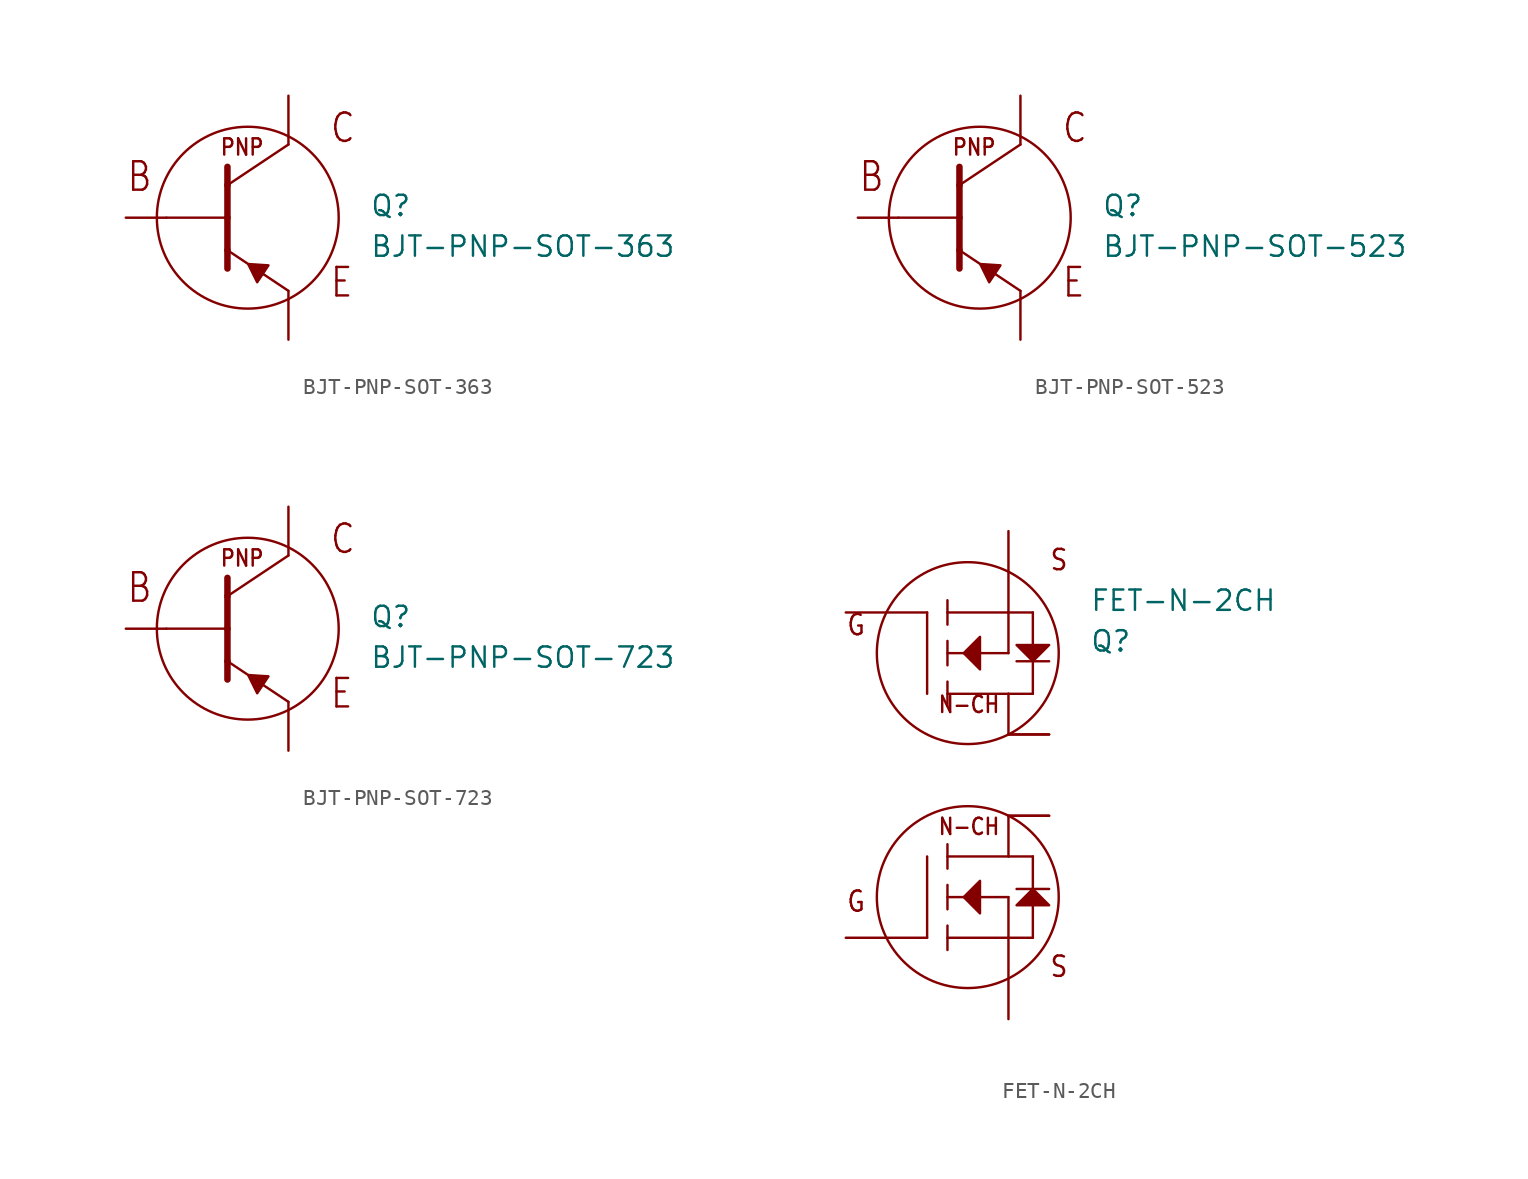
<source format=kicad_sym>
(kicad_symbol_lib
  (version 20211014)
  (generator kicad_symbol_editor)
  (symbol "BJT-PNP-SOT-363"
    (pin_numbers hide)
    (pin_names hide)
    (property "Reference" "Q"
      (at 7.62 0 0)
      (effects (font (size 1.27 1.27)) (justify left bottom)))
    (property "Value" "BJT-PNP-SOT-363"
      (at 7.62 -2.54 0)
      (effects (font (size 1.27 1.27)) (justify left bottom)))
    (property "Datasheet" ""
      (at 0 0 0))
    (property "ki_description" "BJT PNP  - SOT-363 "
      (at 0 0 0))
    (property "ki_fp_filters" "FlashPCB_Transistors:SOT-363 FlashPCB_Transistors:SOT-363_NOSILK"
      (at 0 0 0))
    (symbol "BJT-PNP-SOT-363_1_1"
      (text "PNP" (at -1.778 3.81 0) (effects (font (size 1.016 0.869)) (justify left bottom)))
      (text "C" (at 5.08 4.572 0) (effects (font (size 1.778 1.52)) (justify left bottom)))
      (text "E" (at 5.08 -5.08 0) (effects (font (size 1.778 1.52)) (justify left bottom)))
      (text "B" (at -7.62 1.524 0) (effects (font (size 1.778 1.52)) (justify left bottom)))
      (polyline (pts (xy 0.588 -4.034) (xy 1.292 -2.977) (xy 0.025 -2.895) (xy 0.588 -4.034)) (stroke (width 0.152) (type default)) (fill (type outline)))
      (polyline (pts (xy -1.27 3.175) (xy -1.27 2.032)) (stroke (width 0.406)) (fill (type none)))
      (polyline (pts (xy -1.27 2.032) (xy -1.27 0)) (stroke (width 0.406)) (fill (type none)))
      (polyline (pts (xy -1.27 0) (xy -1.27 -2.032)) (stroke (width 0.406)) (fill (type none)))
      (polyline (pts (xy -1.27 -2.032) (xy -1.27 -3.175)) (stroke (width 0.406)) (fill (type none)))
      (polyline (pts (xy 2.54 4.572) (xy -1.27 2.032)) (stroke (width 0.152)) (fill (type none)))
      (polyline (pts (xy -1.27 -2.032) (xy 2.54 -4.572)) (stroke (width 0.152)) (fill (type none)))
      (polyline (pts (xy 2.54 -4.572) (xy 2.54 -5.08)) (stroke (width 0.152)) (fill (type none)))
      (polyline (pts (xy 2.54 5.08) (xy 2.54 4.572)) (stroke (width 0.152)) (fill (type none)))
      (polyline (pts (xy -5.08 0) (xy -1.27 0)) (stroke (width 0.152)) (fill (type none)))
      (circle (center 0 0) (radius 5.68) (stroke (width 0.152) (type default)) (fill (type none)))
      (pin bidirectional line (at -7.62 0 0) (length 2.54) (name "B" (effects (font (size 0 0)))) (number "3" (effects (font (size 0 0)))))
      (pin bidirectional line (at 2.54 7.62 270) (length 2.54) (name "C" (effects (font (size 0 0)))) (number "1" (effects (font (size 0 0)))))
      (pin bidirectional line (at 2.54 7.62 270) (length 2.54) hide (name "C" (effects (font (size 0 0)))) (number "2" (effects (font (size 0 0)))))
      (pin bidirectional line (at 2.54 7.62 270) (length 2.54) hide (name "C" (effects (font (size 0 0)))) (number "5" (effects (font (size 0 0)))))
      (pin bidirectional line (at 2.54 7.62 270) (length 2.54) hide (name "C" (effects (font (size 0 0)))) (number "6" (effects (font (size 0 0)))))
      (pin bidirectional line (at 2.54 -7.62 90) (length 2.54) (name "E" (effects (font (size 0 0)))) (number "4" (effects (font (size 0 0)))))))
  (symbol "BJT-PNP-SOT-523"
    (pin_numbers hide)
    (pin_names hide)
    (property "Reference" "Q"
      (at 7.62 0 0)
      (effects (font (size 1.27 1.27)) (justify left bottom)))
    (property "Value" "BJT-PNP-SOT-523"
      (at 7.62 -2.54 0)
      (effects (font (size 1.27 1.27)) (justify left bottom)))
    (property "Datasheet" ""
      (at 0 0 0))
    (property "ki_description" "BJT NPN  - SOT 532 "
      (at 0 0 0))
    (property "ki_fp_filters" "FlashPCB_Transistors:SOT-523 FlashPCB_Transistors:SOT-523_NOSILK"
      (at 0 0 0))
    (symbol "BJT-PNP-SOT-523_1_1"
      (text "PNP" (at -1.778 3.81 0) (effects (font (size 1.016 0.869)) (justify left bottom)))
      (text "C" (at 5.08 4.572 0) (effects (font (size 1.778 1.52)) (justify left bottom)))
      (text "E" (at 5.08 -5.08 0) (effects (font (size 1.778 1.52)) (justify left bottom)))
      (text "B" (at -7.62 1.524 0) (effects (font (size 1.778 1.52)) (justify left bottom)))
      (polyline (pts (xy 0.588 -4.034) (xy 1.292 -2.977) (xy 0.025 -2.895) (xy 0.588 -4.034)) (stroke (width 0.152) (type default)) (fill (type outline)))
      (polyline (pts (xy -1.27 3.175) (xy -1.27 2.032)) (stroke (width 0.406)) (fill (type none)))
      (polyline (pts (xy -1.27 2.032) (xy -1.27 0)) (stroke (width 0.406)) (fill (type none)))
      (polyline (pts (xy -1.27 0) (xy -1.27 -2.032)) (stroke (width 0.406)) (fill (type none)))
      (polyline (pts (xy -1.27 -2.032) (xy -1.27 -3.175)) (stroke (width 0.406)) (fill (type none)))
      (polyline (pts (xy 2.54 4.572) (xy -1.27 2.032)) (stroke (width 0.152)) (fill (type none)))
      (polyline (pts (xy -1.27 -2.032) (xy 2.54 -4.572)) (stroke (width 0.152)) (fill (type none)))
      (polyline (pts (xy 2.54 -4.572) (xy 2.54 -5.08)) (stroke (width 0.152)) (fill (type none)))
      (polyline (pts (xy 2.54 5.08) (xy 2.54 4.572)) (stroke (width 0.152)) (fill (type none)))
      (polyline (pts (xy -5.08 0) (xy -1.27 0)) (stroke (width 0.152)) (fill (type none)))
      (circle (center 0 0) (radius 5.68) (stroke (width 0.152) (type default)) (fill (type none)))
      (pin bidirectional line (at -7.62 0 0) (length 2.54) (name "B" (effects (font (size 0 0)))) (number "1" (effects (font (size 0 0)))))
      (pin bidirectional line (at 2.54 7.62 270) (length 2.54) (name "C" (effects (font (size 0 0)))) (number "3" (effects (font (size 0 0)))))
      (pin bidirectional line (at 2.54 -7.62 90) (length 2.54) (name "E" (effects (font (size 0 0)))) (number "2" (effects (font (size 0 0)))))))
  (symbol "BJT-PNP-SOT-723"
    (pin_numbers hide)
    (pin_names hide)
    (property "Reference" "Q"
      (at 7.62 0 0)
      (effects (font (size 1.27 1.27)) (justify left bottom)))
    (property "Value" "BJT-PNP-SOT-723"
      (at 7.62 -2.54 0)
      (effects (font (size 1.27 1.27)) (justify left bottom)))
    (property "Datasheet" ""
      (at 0 0 0))
    (property "ki_description" "BJT PNP  - SOT 723 "
      (at 0 0 0))
    (property "ki_fp_filters" "FlashPCB_Transistors:SOT-723 FlashPCB_Transistors:SOT-723_NOSILK"
      (at 0 0 0))
    (symbol "BJT-PNP-SOT-723_1_1"
      (text "PNP" (at -1.778 3.81 0) (effects (font (size 1.016 0.869)) (justify left bottom)))
      (text "C" (at 5.08 4.572 0) (effects (font (size 1.778 1.52)) (justify left bottom)))
      (text "E" (at 5.08 -5.08 0) (effects (font (size 1.778 1.52)) (justify left bottom)))
      (text "B" (at -7.62 1.524 0) (effects (font (size 1.778 1.52)) (justify left bottom)))
      (polyline (pts (xy 0.588 -4.034) (xy 1.292 -2.977) (xy 0.025 -2.895) (xy 0.588 -4.034)) (stroke (width 0.152) (type default)) (fill (type outline)))
      (polyline (pts (xy -1.27 3.175) (xy -1.27 2.032)) (stroke (width 0.406)) (fill (type none)))
      (polyline (pts (xy -1.27 2.032) (xy -1.27 0)) (stroke (width 0.406)) (fill (type none)))
      (polyline (pts (xy -1.27 0) (xy -1.27 -2.032)) (stroke (width 0.406)) (fill (type none)))
      (polyline (pts (xy -1.27 -2.032) (xy -1.27 -3.175)) (stroke (width 0.406)) (fill (type none)))
      (polyline (pts (xy 2.54 4.572) (xy -1.27 2.032)) (stroke (width 0.152)) (fill (type none)))
      (polyline (pts (xy -1.27 -2.032) (xy 2.54 -4.572)) (stroke (width 0.152)) (fill (type none)))
      (polyline (pts (xy 2.54 -4.572) (xy 2.54 -5.08)) (stroke (width 0.152)) (fill (type none)))
      (polyline (pts (xy 2.54 5.08) (xy 2.54 4.572)) (stroke (width 0.152)) (fill (type none)))
      (polyline (pts (xy -5.08 0) (xy -1.27 0)) (stroke (width 0.152)) (fill (type none)))
      (circle (center 0 0) (radius 5.68) (stroke (width 0.152) (type default)) (fill (type none)))
      (pin bidirectional line (at -7.62 0 0) (length 2.54) (name "B" (effects (font (size 0 0)))) (number "1" (effects (font (size 0 0)))))
      (pin bidirectional line (at 2.54 7.62 270) (length 2.54) (name "C" (effects (font (size 0 0)))) (number "3" (effects (font (size 0 0)))))
      (pin bidirectional line (at 2.54 -7.62 90) (length 2.54) (name "E" (effects (font (size 0 0)))) (number "2" (effects (font (size 0 0)))))))
  (symbol "FET-N-2CH"
    (pin_numbers hide)
    (pin_names hide)
    (property "Reference" "Q"
      (at 7.62 7.62 0)
      (effects (font (size 1.27 1.27)) (justify left bottom)))
    (property "Value" "FET-N-2CH"
      (at 7.62 10.16 0)
      (effects (font (size 1.27 1.27)) (justify left bottom)))
    (property "Datasheet" ""
      (at 0 0 0))
    (property "ki_description" "FET-N-2CH  - Dual N-Channel Field Effect Transistor(FET)   Technical Specifications:    MOSFET: N-CHANNEL   Number of FET's: 2       Component Search:  2N7002DW   Datasheet:  Field Effect Transistor - N-Channel, Enhancement Mode 2N7002DW "
      (at 0 0 0))
    (property "ki_fp_filters" "FlashPCB_Transistors:SC70-6"
      (at 0 0 0))
    (symbol "FET-N-2CH_1_1"
      (text "G" (at -7.62 8.636 0) (effects (font (size 1.27 1.086)) (justify left bottom mirror)))
      (text "S" (at 5.08 12.7 0) (effects (font (size 1.27 1.086)) (justify left bottom mirror)))
      (text "N-CH" (at -1.905 3.81 0) (effects (font (size 1.016 0.869)) (justify left bottom mirror)))
      (text "G" (at -7.62 -8.636 0) (effects (font (size 1.27 1.086)) (justify left bottom)))
      (text "S" (at 5.08 -12.7 0) (effects (font (size 1.27 1.086)) (justify left bottom)))
      (text "N-CH" (at -1.905 -3.81 0) (effects (font (size 1.016 0.869)) (justify left bottom)))
      (polyline (pts (xy -0.254 7.62) (xy 0.762 6.604) (xy 0.762 8.636) (xy -0.254 7.62)) (stroke (width 0.152) (type default)) (fill (type outline)))
      (polyline (pts (xy 3.048 8.128) (xy 5.08 8.128) (xy 4.064 7.112) (xy 3.048 8.128)) (stroke (width 0.152) (type default)) (fill (type outline)))
      (polyline (pts (xy -0.254 -7.62) (xy 0.762 -6.604) (xy 0.762 -8.636) (xy -0.254 -7.62)) (stroke (width 0.152) (type default)) (fill (type outline)))
      (polyline (pts (xy 3.048 -8.128) (xy 5.08 -8.128) (xy 4.064 -7.112) (xy 3.048 -8.128)) (stroke (width 0.152) (type default)) (fill (type outline)))
      (polyline (pts (xy -2.54 10.16) (xy -2.54 5.08)) (stroke (width 0.152)) (fill (type none)))
      (polyline (pts (xy 2.54 10.16) (xy -1.27 10.16)) (stroke (width 0.152)) (fill (type none)))
      (polyline (pts (xy 2.54 10.16) (xy 2.54 7.62)) (stroke (width 0.152)) (fill (type none)))
      (polyline (pts (xy 2.54 7.62) (xy -1.27 7.62)) (stroke (width 0.152)) (fill (type none)))
      (polyline (pts (xy 4.064 5.08) (xy 2.54 5.08)) (stroke (width 0.152)) (fill (type none)))
      (polyline (pts (xy 2.54 5.08) (xy -1.27 5.08)) (stroke (width 0.152)) (fill (type none)))
      (polyline (pts (xy -1.27 4.318) (xy -1.27 5.842)) (stroke (width 0.152)) (fill (type none)))
      (polyline (pts (xy -1.27 6.858) (xy -1.27 8.382)) (stroke (width 0.152)) (fill (type none)))
      (polyline (pts (xy -1.27 9.398) (xy -1.27 10.922)) (stroke (width 0.152)) (fill (type none)))
      (polyline (pts (xy 2.54 10.16) (xy 4.064 10.16)) (stroke (width 0.152)) (fill (type none)))
      (polyline (pts (xy 4.064 10.16) (xy 4.064 5.08)) (stroke (width 0.152)) (fill (type none)))
      (polyline (pts (xy 3.048 7.112) (xy 5.08 7.112)) (stroke (width 0.152)) (fill (type none)))
      (polyline (pts (xy -2.54 -10.16) (xy -2.54 -5.08)) (stroke (width 0.152)) (fill (type none)))
      (polyline (pts (xy 2.54 -10.16) (xy -1.27 -10.16)) (stroke (width 0.152)) (fill (type none)))
      (polyline (pts (xy 2.54 -10.16) (xy 2.54 -7.62)) (stroke (width 0.152)) (fill (type none)))
      (polyline (pts (xy 2.54 -7.62) (xy -1.27 -7.62)) (stroke (width 0.152)) (fill (type none)))
      (polyline (pts (xy 4.064 -5.08) (xy 2.54 -5.08)) (stroke (width 0.152)) (fill (type none)))
      (polyline (pts (xy 2.54 -5.08) (xy -1.27 -5.08)) (stroke (width 0.152)) (fill (type none)))
      (polyline (pts (xy -1.27 -4.318) (xy -1.27 -5.842)) (stroke (width 0.152)) (fill (type none)))
      (polyline (pts (xy -1.27 -6.858) (xy -1.27 -8.382)) (stroke (width 0.152)) (fill (type none)))
      (polyline (pts (xy -1.27 -9.398) (xy -1.27 -10.922)) (stroke (width 0.152)) (fill (type none)))
      (polyline (pts (xy 2.54 -10.16) (xy 4.064 -10.16)) (stroke (width 0.152)) (fill (type none)))
      (polyline (pts (xy 4.064 -10.16) (xy 4.064 -5.08)) (stroke (width 0.152)) (fill (type none)))
      (polyline (pts (xy 3.048 -7.112) (xy 5.08 -7.112)) (stroke (width 0.152)) (fill (type none)))
      (polyline (pts (xy 2.54 5.08) (xy 2.54 2.54)) (stroke (width 0.152)) (fill (type none)))
      (polyline (pts (xy 2.54 2.54) (xy 5.08 2.54)) (stroke (width 0.152)) (fill (type none)))
      (polyline (pts (xy 2.54 -5.08) (xy 2.54 -2.54)) (stroke (width 0.152)) (fill (type none)))
      (polyline (pts (xy 2.54 -2.54) (xy 5.08 -2.54)) (stroke (width 0.152)) (fill (type none)))
      (circle (center 0 7.62) (radius 5.68) (stroke (width 0.152) (type default)) (fill (type none)))
      (circle (center 0 -7.62) (radius 5.68) (stroke (width 0.152) (type default)) (fill (type none)))
      (pin bidirectional line (at -7.62 10.16 0) (length 5.08) (name "GATE2" (effects (font (size 0 0)))) (number "2" (effects (font (size 0 0)))))
      (pin bidirectional line (at -7.62 -10.16 0) (length 5.08) (name "GATE1" (effects (font (size 0 0)))) (number "5" (effects (font (size 0 0)))))
      (pin bidirectional line (at 2.54 -15.24 90) (length 5.08) (name "SOURCE1" (effects (font (size 0 0)))) (number "4" (effects (font (size 0 0)))))
      (pin bidirectional line (at 2.54 15.24 270) (length 5.08) (name "SOURCE2" (effects (font (size 0 0)))) (number "1" (effects (font (size 0 0)))))
      (pin bidirectional line (at 5.08 2.54 180) (length 2.54) (name "DRAIN2" (effects (font (size 0 0)))) (number "6" (effects (font (size 0 0)))))
      (pin bidirectional line (at 5.08 -2.54 180) (length 2.54) (name "DRAIN1" (effects (font (size 0 0)))) (number "3" (effects (font (size 0 0))))))))
</source>
